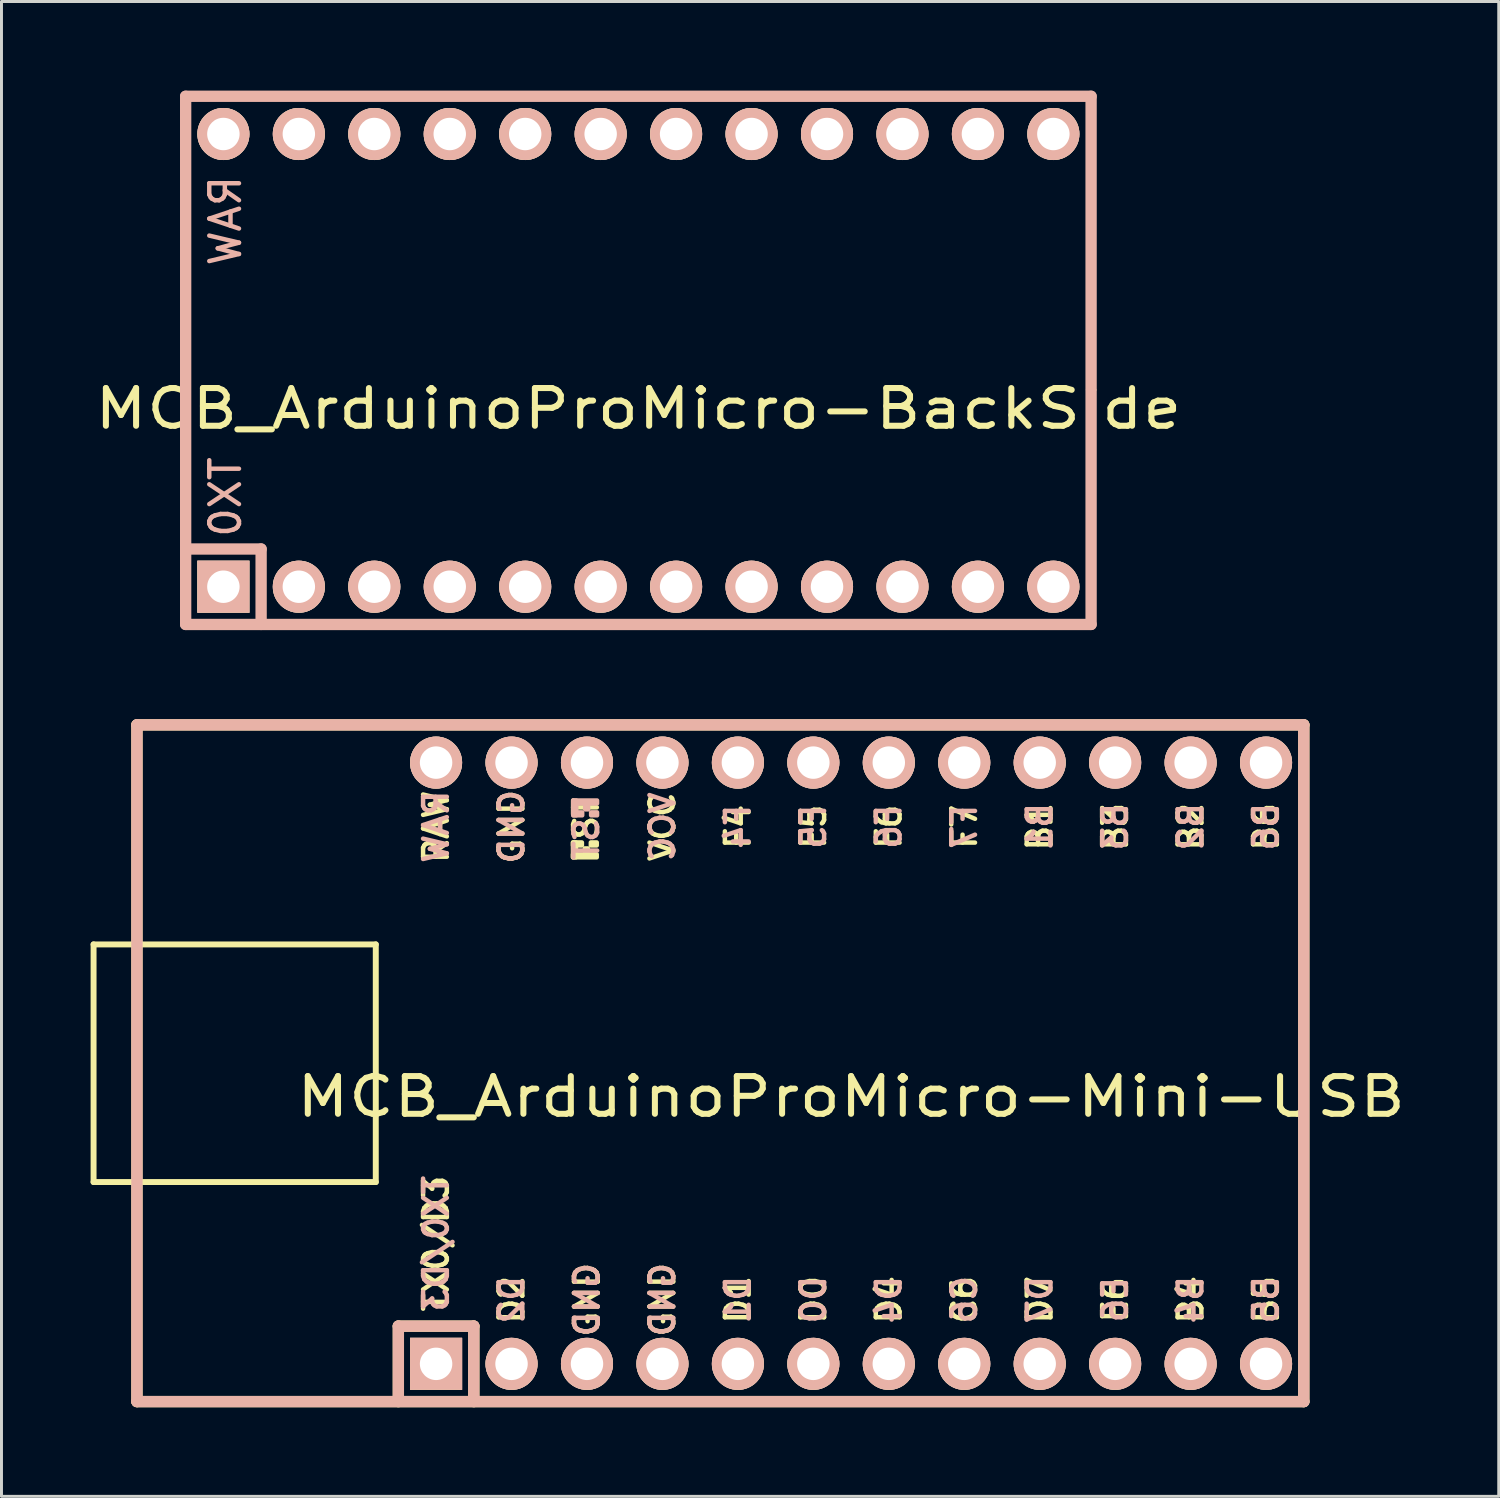
<source format=kicad_pcb>
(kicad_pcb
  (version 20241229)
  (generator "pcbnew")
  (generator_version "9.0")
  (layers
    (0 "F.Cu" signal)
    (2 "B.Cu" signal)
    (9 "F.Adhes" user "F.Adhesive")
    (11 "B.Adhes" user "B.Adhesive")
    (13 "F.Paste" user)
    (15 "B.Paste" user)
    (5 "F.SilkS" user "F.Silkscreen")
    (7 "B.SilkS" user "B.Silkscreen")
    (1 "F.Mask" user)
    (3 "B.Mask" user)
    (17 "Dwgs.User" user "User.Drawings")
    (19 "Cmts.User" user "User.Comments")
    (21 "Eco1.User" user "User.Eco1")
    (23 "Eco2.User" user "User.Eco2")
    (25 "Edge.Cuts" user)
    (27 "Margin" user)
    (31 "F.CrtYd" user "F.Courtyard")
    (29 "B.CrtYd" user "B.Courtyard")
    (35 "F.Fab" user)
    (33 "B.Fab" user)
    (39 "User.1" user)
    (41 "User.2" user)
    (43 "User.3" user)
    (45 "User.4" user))
  (footprint "MCB_ArduinoProMicro-Mini-USB"
    (layer "F.Cu")
    (at 25.6 32.742)
    (property "Reference" "MCB_ArduinoProMicro-Mini-USB" (at 0 1.125 0) (layer "F.SilkS") (effects (font (size 1.27 1.524) (thickness 0.203))))
    (attr through_hole)
    (fp_line (start -25.5 -4) (end -25.5 4) (stroke (width 0.2) (type solid)) (layer "F.SilkS"))
    (fp_line (start -25.5 4) (end -16 4) (stroke (width 0.2) (type solid)) (layer "F.SilkS"))
    (fp_line (start -24.04 -11.39) (end -24.04 11.39) (stroke (width 0.381) (type solid)) (layer "F.SilkS"))
    (fp_line (start -24.04 11.39) (end 15.24 11.39) (stroke (width 0.381) (type solid)) (layer "F.SilkS"))
    (fp_line (start -16 -4) (end -25.5 -4) (stroke (width 0.2) (type solid)) (layer "F.SilkS"))
    (fp_line (start -16 4) (end -16 -4) (stroke (width 0.2) (type solid)) (layer "F.SilkS"))
    (fp_line (start -15.24 8.85) (end -15.24 11.39) (stroke (width 0.381) (type solid)) (layer "F.SilkS"))
    (fp_line (start -15.24 8.85) (end -12.7 8.85) (stroke (width 0.381) (type solid)) (layer "F.SilkS"))
    (fp_line (start -12.7 8.85) (end -12.7 11.39) (stroke (width 0.381) (type solid)) (layer "F.SilkS"))
    (fp_line (start 15.24 -11.39) (end -24.04 -11.39) (stroke (width 0.381) (type solid)) (layer "F.SilkS"))
    (fp_line (start 15.24 11.39) (end 15.24 -11.39) (stroke (width 0.381) (type solid)) (layer "F.SilkS"))
    (fp_poly (pts (xy -9.361 -7.432) (xy -9.261 -7.432) (xy -9.261 -6.932) (xy -9.361 -6.932)) (stroke (width 0.15) (type solid)) (fill yes) (layer "F.SilkS"))
    (fp_poly (pts (xy -9.361 -7.432) (xy -9.061 -7.432) (xy -9.061 -7.332) (xy -9.361 -7.332)) (stroke (width 0.15) (type solid)) (fill yes) (layer "F.SilkS"))
    (fp_poly (pts (xy -9.361 -7.032) (xy -8.561 -7.032) (xy -8.561 -6.932) (xy -9.361 -6.932)) (stroke (width 0.15) (type solid)) (fill yes) (layer "F.SilkS"))
    (fp_poly (pts (xy -8.961 -7.232) (xy -8.861 -7.232) (xy -8.861 -7.132) (xy -8.961 -7.132)) (stroke (width 0.15) (type solid)) (fill yes) (layer "F.SilkS"))
    (fp_poly (pts (xy -8.761 -7.432) (xy -8.561 -7.432) (xy -8.561 -7.332) (xy -8.761 -7.332)) (stroke (width 0.15) (type solid)) (fill yes) (layer "F.SilkS"))
    (fp_line (start -24.04 -11.39) (end -24.04 11.39) (stroke (width 0.381) (type solid)) (layer "B.SilkS"))
    (fp_line (start -24.04 11.39) (end 15.24 11.39) (stroke (width 0.381) (type solid)) (layer "B.SilkS"))
    (fp_line (start -15.24 8.85) (end -15.24 11.39) (stroke (width 0.381) (type solid)) (layer "B.SilkS"))
    (fp_line (start -15.24 8.85) (end -12.7 8.85) (stroke (width 0.381) (type solid)) (layer "B.SilkS"))
    (fp_line (start -12.7 8.85) (end -12.7 11.39) (stroke (width 0.381) (type solid)) (layer "B.SilkS"))
    (fp_line (start 15.24 -11.39) (end -24.04 -11.39) (stroke (width 0.381) (type solid)) (layer "B.SilkS"))
    (fp_line (start 15.24 11.39) (end 15.24 -11.39) (stroke (width 0.381) (type solid)) (layer "B.SilkS"))
    (fp_poly (pts (xy -9.351 -8.745) (xy -8.551 -8.745) (xy -8.551 -8.845) (xy -9.351 -8.845)) (stroke (width 0.15) (type solid)) (fill yes) (layer "B.SilkS"))
    (fp_poly (pts (xy -9.351 -8.345) (xy -9.251 -8.345) (xy -9.251 -8.845) (xy -9.351 -8.845)) (stroke (width 0.15) (type solid)) (fill yes) (layer "B.SilkS"))
    (fp_poly (pts (xy -9.351 -8.345) (xy -9.051 -8.345) (xy -9.051 -8.445) (xy -9.351 -8.445)) (stroke (width 0.15) (type solid)) (fill yes) (layer "B.SilkS"))
    (fp_poly (pts (xy -8.951 -8.545) (xy -8.851 -8.545) (xy -8.851 -8.645) (xy -8.951 -8.645)) (stroke (width 0.15) (type solid)) (fill yes) (layer "B.SilkS"))
    (fp_poly (pts (xy -8.751 -8.345) (xy -8.551 -8.345) (xy -8.551 -8.445) (xy -8.751 -8.445)) (stroke (width 0.15) (type solid)) (fill yes) (layer "B.SilkS"))
    (fp_text user "B4" (at 11.43 7.961 90) (layer "F.SilkS") (effects (font (size 0.8 0.8) (thickness 0.15))))
    (fp_text user "VCC" (at -6.35 -7.961 90) (layer "F.SilkS") (effects (font (size 0.8 0.8) (thickness 0.15))))
    (fp_text user "D0" (at -1.27 7.961 90) (layer "F.SilkS") (effects (font (size 0.8 0.8) (thickness 0.15))))
    (fp_text user "ST" (at -8.92 -8.233 90) (layer "F.SilkS") (effects (font (size 0.8 0.8) (thickness 0.15))))
    (fp_text user "B1" (at 6.35 -7.961 90) (layer "F.SilkS") (effects (font (size 0.8 0.8) (thickness 0.15))))
    (fp_text user "GND" (at -6.35 7.961 90) (layer "F.SilkS") (effects (font (size 0.8 0.8) (thickness 0.15))))
    (fp_text user "B5" (at 13.97 7.961 90) (layer "F.SilkS") (effects (font (size 0.8 0.8) (thickness 0.15))))
    (fp_text user "C6" (at 3.81 7.961 90) (layer "F.SilkS") (effects (font (size 0.8 0.8) (thickness 0.15))))
    (fp_text user "D2" (at -11.43 7.961 90) (layer "F.SilkS") (effects (font (size 0.8 0.8) (thickness 0.15))))
    (fp_text user "F5" (at -1.27 -7.961 90) (layer "F.SilkS") (effects (font (size 0.8 0.8) (thickness 0.15))))
    (fp_text user "B6" (at 13.97 -7.961 90) (layer "F.SilkS") (effects (font (size 0.8 0.8) (thickness 0.15))))
    (fp_text user "GND" (at -8.89 7.961 90) (layer "F.SilkS") (effects (font (size 0.8 0.8) (thickness 0.15))))
    (fp_text user "RAW" (at -13.97 -7.961 90) (layer "F.SilkS") (effects (font (size 0.8 0.8) (thickness 0.15))))
    (fp_text user "E6" (at 8.89 7.961 90) (layer "F.SilkS") (effects (font (size 0.8 0.8) (thickness 0.15))))
    (fp_text user "B3" (at 8.89 -7.961 90) (layer "F.SilkS") (effects (font (size 0.8 0.8) (thickness 0.15))))
    (fp_text user "D4" (at 1.27 7.961 90) (layer "F.SilkS") (effects (font (size 0.8 0.8) (thickness 0.15))))
    (fp_text user "D7" (at 6.35 7.961 90) (layer "F.SilkS") (effects (font (size 0.8 0.8) (thickness 0.15))))
    (fp_text user "D1" (at -3.81 7.961 90) (layer "F.SilkS") (effects (font (size 0.8 0.8) (thickness 0.15))))
    (fp_text user "B2" (at 11.43 -7.961 90) (layer "F.SilkS") (effects (font (size 0.8 0.8) (thickness 0.15))))
    (fp_text user "F6" (at 1.27 -7.961 90) (layer "F.SilkS") (effects (font (size 0.8 0.8) (thickness 0.15))))
    (fp_text user "GND" (at -11.43 -7.961 90) (layer "F.SilkS") (effects (font (size 0.8 0.8) (thickness 0.15))))
    (fp_text user "TX0/D3" (at -13.97 6.072 90) (layer "F.SilkS") (effects (font (size 0.8 0.8) (thickness 0.15))))
    (fp_text user "F7" (at 3.81 -7.961 90) (layer "F.SilkS") (effects (font (size 0.8 0.8) (thickness 0.15))))
    (fp_text user "F4" (at -3.81 -7.961 90) (layer "F.SilkS") (effects (font (size 0.8 0.8) (thickness 0.15))))
    (fp_text user "GND" (at -11.43 -7.961 90) (layer "B.SilkS") (effects (font (size 0.8 0.8) (thickness 0.15)) (justify mirror)))
    (fp_text user "VCC" (at -6.35 -7.961 90) (layer "B.SilkS") (effects (font (size 0.8 0.8) (thickness 0.15)) (justify mirror)))
    (fp_text user "GND" (at -8.89 7.961 90) (layer "B.SilkS") (effects (font (size 0.8 0.8) (thickness 0.15)) (justify mirror)))
    (fp_text user "B1" (at 6.35 -7.961 90) (layer "B.SilkS") (effects (font (size 0.8 0.8) (thickness 0.15)) (justify mirror)))
    (fp_text user "B5" (at 13.97 7.961 90) (layer "B.SilkS") (effects (font (size 0.8 0.8) (thickness 0.15)) (justify mirror)))
    (fp_text user "D7" (at 6.35 7.961 90) (layer "B.SilkS") (effects (font (size 0.8 0.8) (thickness 0.15)) (justify mirror)))
    (fp_text user "F6" (at 1.27 -7.961 90) (layer "B.SilkS") (effects (font (size 0.8 0.8) (thickness 0.15)) (justify mirror)))
    (fp_text user "D2" (at -11.43 7.961 90) (layer "B.SilkS") (effects (font (size 0.8 0.8) (thickness 0.15)) (justify mirror)))
    (fp_text user "E6" (at 8.89 7.961 90) (layer "B.SilkS") (effects (font (size 0.8 0.8) (thickness 0.15)) (justify mirror)))
    (fp_text user "D0" (at -1.27 7.961 90) (layer "B.SilkS") (effects (font (size 0.8 0.8) (thickness 0.15)) (justify mirror)))
    (fp_text user "GND" (at -6.35 7.961 90) (layer "B.SilkS") (effects (font (size 0.8 0.8) (thickness 0.15)) (justify mirror)))
    (fp_text user "D4" (at 1.27 7.961 90) (layer "B.SilkS") (effects (font (size 0.8 0.8) (thickness 0.15)) (justify mirror)))
    (fp_text user "F5" (at -1.27 -7.961 90) (layer "B.SilkS") (effects (font (size 0.8 0.8) (thickness 0.15)) (justify mirror)))
    (fp_text user "RAW" (at -13.97 -7.961 90) (layer "B.SilkS") (effects (font (size 0.8 0.8) (thickness 0.15)) (justify mirror)))
    (fp_text user "B3" (at 8.89 -7.961 90) (layer "B.SilkS") (effects (font (size 0.8 0.8) (thickness 0.15)) (justify mirror)))
    (fp_text user "C6" (at 3.81 7.961 90) (layer "B.SilkS") (effects (font (size 0.8 0.8) (thickness 0.15)) (justify mirror)))
    (fp_text user "B6" (at 13.97 -7.961 90) (layer "B.SilkS") (effects (font (size 0.8 0.8) (thickness 0.15)) (justify mirror)))
    (fp_text user "D1" (at -3.81 7.961 90) (layer "B.SilkS") (effects (font (size 0.8 0.8) (thickness 0.15)) (justify mirror)))
    (fp_text user "B2" (at 11.43 -7.961 90) (layer "B.SilkS") (effects (font (size 0.8 0.8) (thickness 0.15)) (justify mirror)))
    (fp_text user "TX0/D3" (at -13.97 6.072 90) (layer "B.SilkS") (effects (font (size 0.8 0.8) (thickness 0.15)) (justify mirror)))
    (fp_text user "B4" (at 11.43 7.961 90) (layer "B.SilkS") (effects (font (size 0.8 0.8) (thickness 0.15)) (justify mirror)))
    (fp_text user "ST" (at -8.91 -7.54 90) (layer "B.SilkS") (effects (font (size 0.8 0.8) (thickness 0.15)) (justify mirror)))
    (fp_text user "F7" (at 3.81 -7.961 90) (layer "B.SilkS") (effects (font (size 0.8 0.8) (thickness 0.15)) (justify mirror)))
    (fp_text user "F4" (at -3.81 -7.961 90) (layer "B.SilkS") (effects (font (size 0.8 0.8) (thickness 0.15)) (justify mirror)))
    (pad "1" thru_hole rect (at -13.97 10.12) (size 1.753 1.753) (drill 1.092) (layers "*.Cu" "*.SilkS" "*.Mask"))
    (pad "2" thru_hole circle (at -11.43 10.12) (size 1.753 1.753) (drill 1.092) (layers "*.Cu" "*.SilkS" "*.Mask"))
    (pad "3" thru_hole circle (at -8.89 10.12) (size 1.753 1.753) (drill 1.092) (layers "*.Cu" "*.SilkS" "*.Mask"))
    (pad "4" thru_hole circle (at -6.35 10.12) (size 1.753 1.753) (drill 1.092) (layers "*.Cu" "*.SilkS" "*.Mask"))
    (pad "5" thru_hole circle (at -3.81 10.12) (size 1.753 1.753) (drill 1.092) (layers "*.Cu" "*.SilkS" "*.Mask"))
    (pad "6" thru_hole circle (at -1.27 10.12) (size 1.753 1.753) (drill 1.092) (layers "*.Cu" "*.SilkS" "*.Mask"))
    (pad "7" thru_hole circle (at 1.27 10.12) (size 1.753 1.753) (drill 1.092) (layers "*.Cu" "*.SilkS" "*.Mask"))
    (pad "8" thru_hole circle (at 3.81 10.12) (size 1.753 1.753) (drill 1.092) (layers "*.Cu" "*.SilkS" "*.Mask"))
    (pad "9" thru_hole circle (at 6.35 10.12) (size 1.753 1.753) (drill 1.092) (layers "*.Cu" "*.SilkS" "*.Mask"))
    (pad "10" thru_hole circle (at 8.89 10.12) (size 1.753 1.753) (drill 1.092) (layers "*.Cu" "*.SilkS" "*.Mask"))
    (pad "11" thru_hole circle (at 11.43 10.12) (size 1.753 1.753) (drill 1.092) (layers "*.Cu" "*.SilkS" "*.Mask"))
    (pad "12" thru_hole circle (at 13.97 10.12) (size 1.753 1.753) (drill 1.092) (layers "*.Cu" "*.SilkS" "*.Mask"))
    (pad "13" thru_hole circle (at 13.97 -10.12) (size 1.753 1.753) (drill 1.092) (layers "*.Cu" "*.SilkS" "*.Mask"))
    (pad "14" thru_hole circle (at 11.43 -10.12) (size 1.753 1.753) (drill 1.092) (layers "*.Cu" "*.SilkS" "*.Mask"))
    (pad "15" thru_hole circle (at 8.89 -10.12) (size 1.753 1.753) (drill 1.092) (layers "*.Cu" "*.SilkS" "*.Mask"))
    (pad "16" thru_hole circle (at 6.35 -10.12) (size 1.753 1.753) (drill 1.092) (layers "*.Cu" "*.SilkS" "*.Mask"))
    (pad "17" thru_hole circle (at 3.81 -10.12) (size 1.753 1.753) (drill 1.092) (layers "*.Cu" "*.SilkS" "*.Mask"))
    (pad "18" thru_hole circle (at 1.27 -10.12) (size 1.753 1.753) (drill 1.092) (layers "*.Cu" "*.SilkS" "*.Mask"))
    (pad "19" thru_hole circle (at -1.27 -10.12) (size 1.753 1.753) (drill 1.092) (layers "*.Cu" "*.SilkS" "*.Mask"))
    (pad "20" thru_hole circle (at -3.81 -10.12) (size 1.753 1.753) (drill 1.092) (layers "*.Cu" "*.SilkS" "*.Mask"))
    (pad "21" thru_hole circle (at -6.35 -10.12) (size 1.753 1.753) (drill 1.092) (layers "*.Cu" "*.SilkS" "*.Mask"))
    (pad "22" thru_hole circle (at -8.89 -10.12) (size 1.753 1.753) (drill 1.092) (layers "*.Cu" "*.SilkS" "*.Mask"))
    (pad "23" thru_hole circle (at -11.43 -10.12) (size 1.753 1.753) (drill 1.092) (layers "*.Cu" "*.SilkS" "*.Mask"))
    (pad "24" thru_hole circle (at -13.97 -10.12) (size 1.753 1.753) (drill 1.092) (layers "*.Cu" "*.SilkS" "*.Mask")))
  (footprint "MCB_ArduinoProMicro-BackSide"
    (layer "F.Cu")
    (at 18.44 9.081)
    (property "Reference" "MCB_ArduinoProMicro-BackSide" (at 0 1.625 0) (layer "F.SilkS") (effects (font (size 1.27 1.524) (thickness 0.203))))
    (attr through_hole)
    (fp_line (start -15.24 -8.89) (end -15.24 8.89) (stroke (width 0.381) (type solid)) (layer "B.SilkS"))
    (fp_line (start -15.24 6.35) (end -12.7 6.35) (stroke (width 0.381) (type solid)) (layer "B.SilkS"))
    (fp_line (start -15.24 8.89) (end 15.24 8.89) (stroke (width 0.381) (type solid)) (layer "B.SilkS"))
    (fp_line (start -12.7 6.35) (end -12.7 8.89) (stroke (width 0.381) (type solid)) (layer "B.SilkS"))
    (fp_line (start 15.24 -8.89) (end -15.24 -8.89) (stroke (width 0.381) (type solid)) (layer "B.SilkS"))
    (fp_line (start 15.24 8.89) (end 15.24 -8.89) (stroke (width 0.381) (type solid)) (layer "B.SilkS"))
    (fp_text user "TX0" (at -13.9 4.6 90) (layer "B.SilkS") (effects (font (size 1 1) (thickness 0.15)) (justify mirror)))
    (fp_text user "RAW" (at -13.9 -4.7 90) (layer "B.SilkS") (effects (font (size 1 1) (thickness 0.15)) (justify mirror)))
    (pad "1" thru_hole rect (at -13.97 7.62) (size 1.753 1.753) (drill 1.092) (layers "*.Cu" "*.SilkS" "*.Mask"))
    (pad "2" thru_hole circle (at -11.43 7.62) (size 1.753 1.753) (drill 1.092) (layers "*.Cu" "*.SilkS" "*.Mask"))
    (pad "3" thru_hole circle (at -8.89 7.62) (size 1.753 1.753) (drill 1.092) (layers "*.Cu" "*.SilkS" "*.Mask"))
    (pad "4" thru_hole circle (at -6.35 7.62) (size 1.753 1.753) (drill 1.092) (layers "*.Cu" "*.SilkS" "*.Mask"))
    (pad "5" thru_hole circle (at -3.81 7.62) (size 1.753 1.753) (drill 1.092) (layers "*.Cu" "*.SilkS" "*.Mask"))
    (pad "6" thru_hole circle (at -1.27 7.62) (size 1.753 1.753) (drill 1.092) (layers "*.Cu" "*.SilkS" "*.Mask"))
    (pad "7" thru_hole circle (at 1.27 7.62) (size 1.753 1.753) (drill 1.092) (layers "*.Cu" "*.SilkS" "*.Mask"))
    (pad "8" thru_hole circle (at 3.81 7.62) (size 1.753 1.753) (drill 1.092) (layers "*.Cu" "*.SilkS" "*.Mask"))
    (pad "9" thru_hole circle (at 6.35 7.62) (size 1.753 1.753) (drill 1.092) (layers "*.Cu" "*.SilkS" "*.Mask"))
    (pad "10" thru_hole circle (at 8.89 7.62) (size 1.753 1.753) (drill 1.092) (layers "*.Cu" "*.SilkS" "*.Mask"))
    (pad "11" thru_hole circle (at 11.43 7.62) (size 1.753 1.753) (drill 1.092) (layers "*.Cu" "*.SilkS" "*.Mask"))
    (pad "12" thru_hole circle (at 13.97 7.62) (size 1.753 1.753) (drill 1.092) (layers "*.Cu" "*.SilkS" "*.Mask"))
    (pad "13" thru_hole circle (at 13.97 -7.62) (size 1.753 1.753) (drill 1.092) (layers "*.Cu" "*.SilkS" "*.Mask"))
    (pad "14" thru_hole circle (at 11.43 -7.62) (size 1.753 1.753) (drill 1.092) (layers "*.Cu" "*.SilkS" "*.Mask"))
    (pad "15" thru_hole circle (at 8.89 -7.62) (size 1.753 1.753) (drill 1.092) (layers "*.Cu" "*.SilkS" "*.Mask"))
    (pad "16" thru_hole circle (at 6.35 -7.62) (size 1.753 1.753) (drill 1.092) (layers "*.Cu" "*.SilkS" "*.Mask"))
    (pad "17" thru_hole circle (at 3.81 -7.62) (size 1.753 1.753) (drill 1.092) (layers "*.Cu" "*.SilkS" "*.Mask"))
    (pad "18" thru_hole circle (at 1.27 -7.62) (size 1.753 1.753) (drill 1.092) (layers "*.Cu" "*.SilkS" "*.Mask"))
    (pad "19" thru_hole circle (at -1.27 -7.62) (size 1.753 1.753) (drill 1.092) (layers "*.Cu" "*.SilkS" "*.Mask"))
    (pad "20" thru_hole circle (at -3.81 -7.62) (size 1.753 1.753) (drill 1.092) (layers "*.Cu" "*.SilkS" "*.Mask"))
    (pad "21" thru_hole circle (at -6.35 -7.62) (size 1.753 1.753) (drill 1.092) (layers "*.Cu" "*.SilkS" "*.Mask"))
    (pad "22" thru_hole circle (at -8.89 -7.62) (size 1.753 1.753) (drill 1.092) (layers "*.Cu" "*.SilkS" "*.Mask"))
    (pad "23" thru_hole circle (at -11.43 -7.62) (size 1.753 1.753) (drill 1.092) (layers "*.Cu" "*.SilkS" "*.Mask"))
    (pad "24" thru_hole circle (at -13.97 -7.62) (size 1.753 1.753) (drill 1.092) (layers "*.Cu" "*.SilkS" "*.Mask")))
  (gr_rect
    (start -3 -3)
    (end 47.403 47.322)
    (stroke (width 0.1) (type default))
    (fill no)
    (layer "Edge.Cuts")))
</source>
